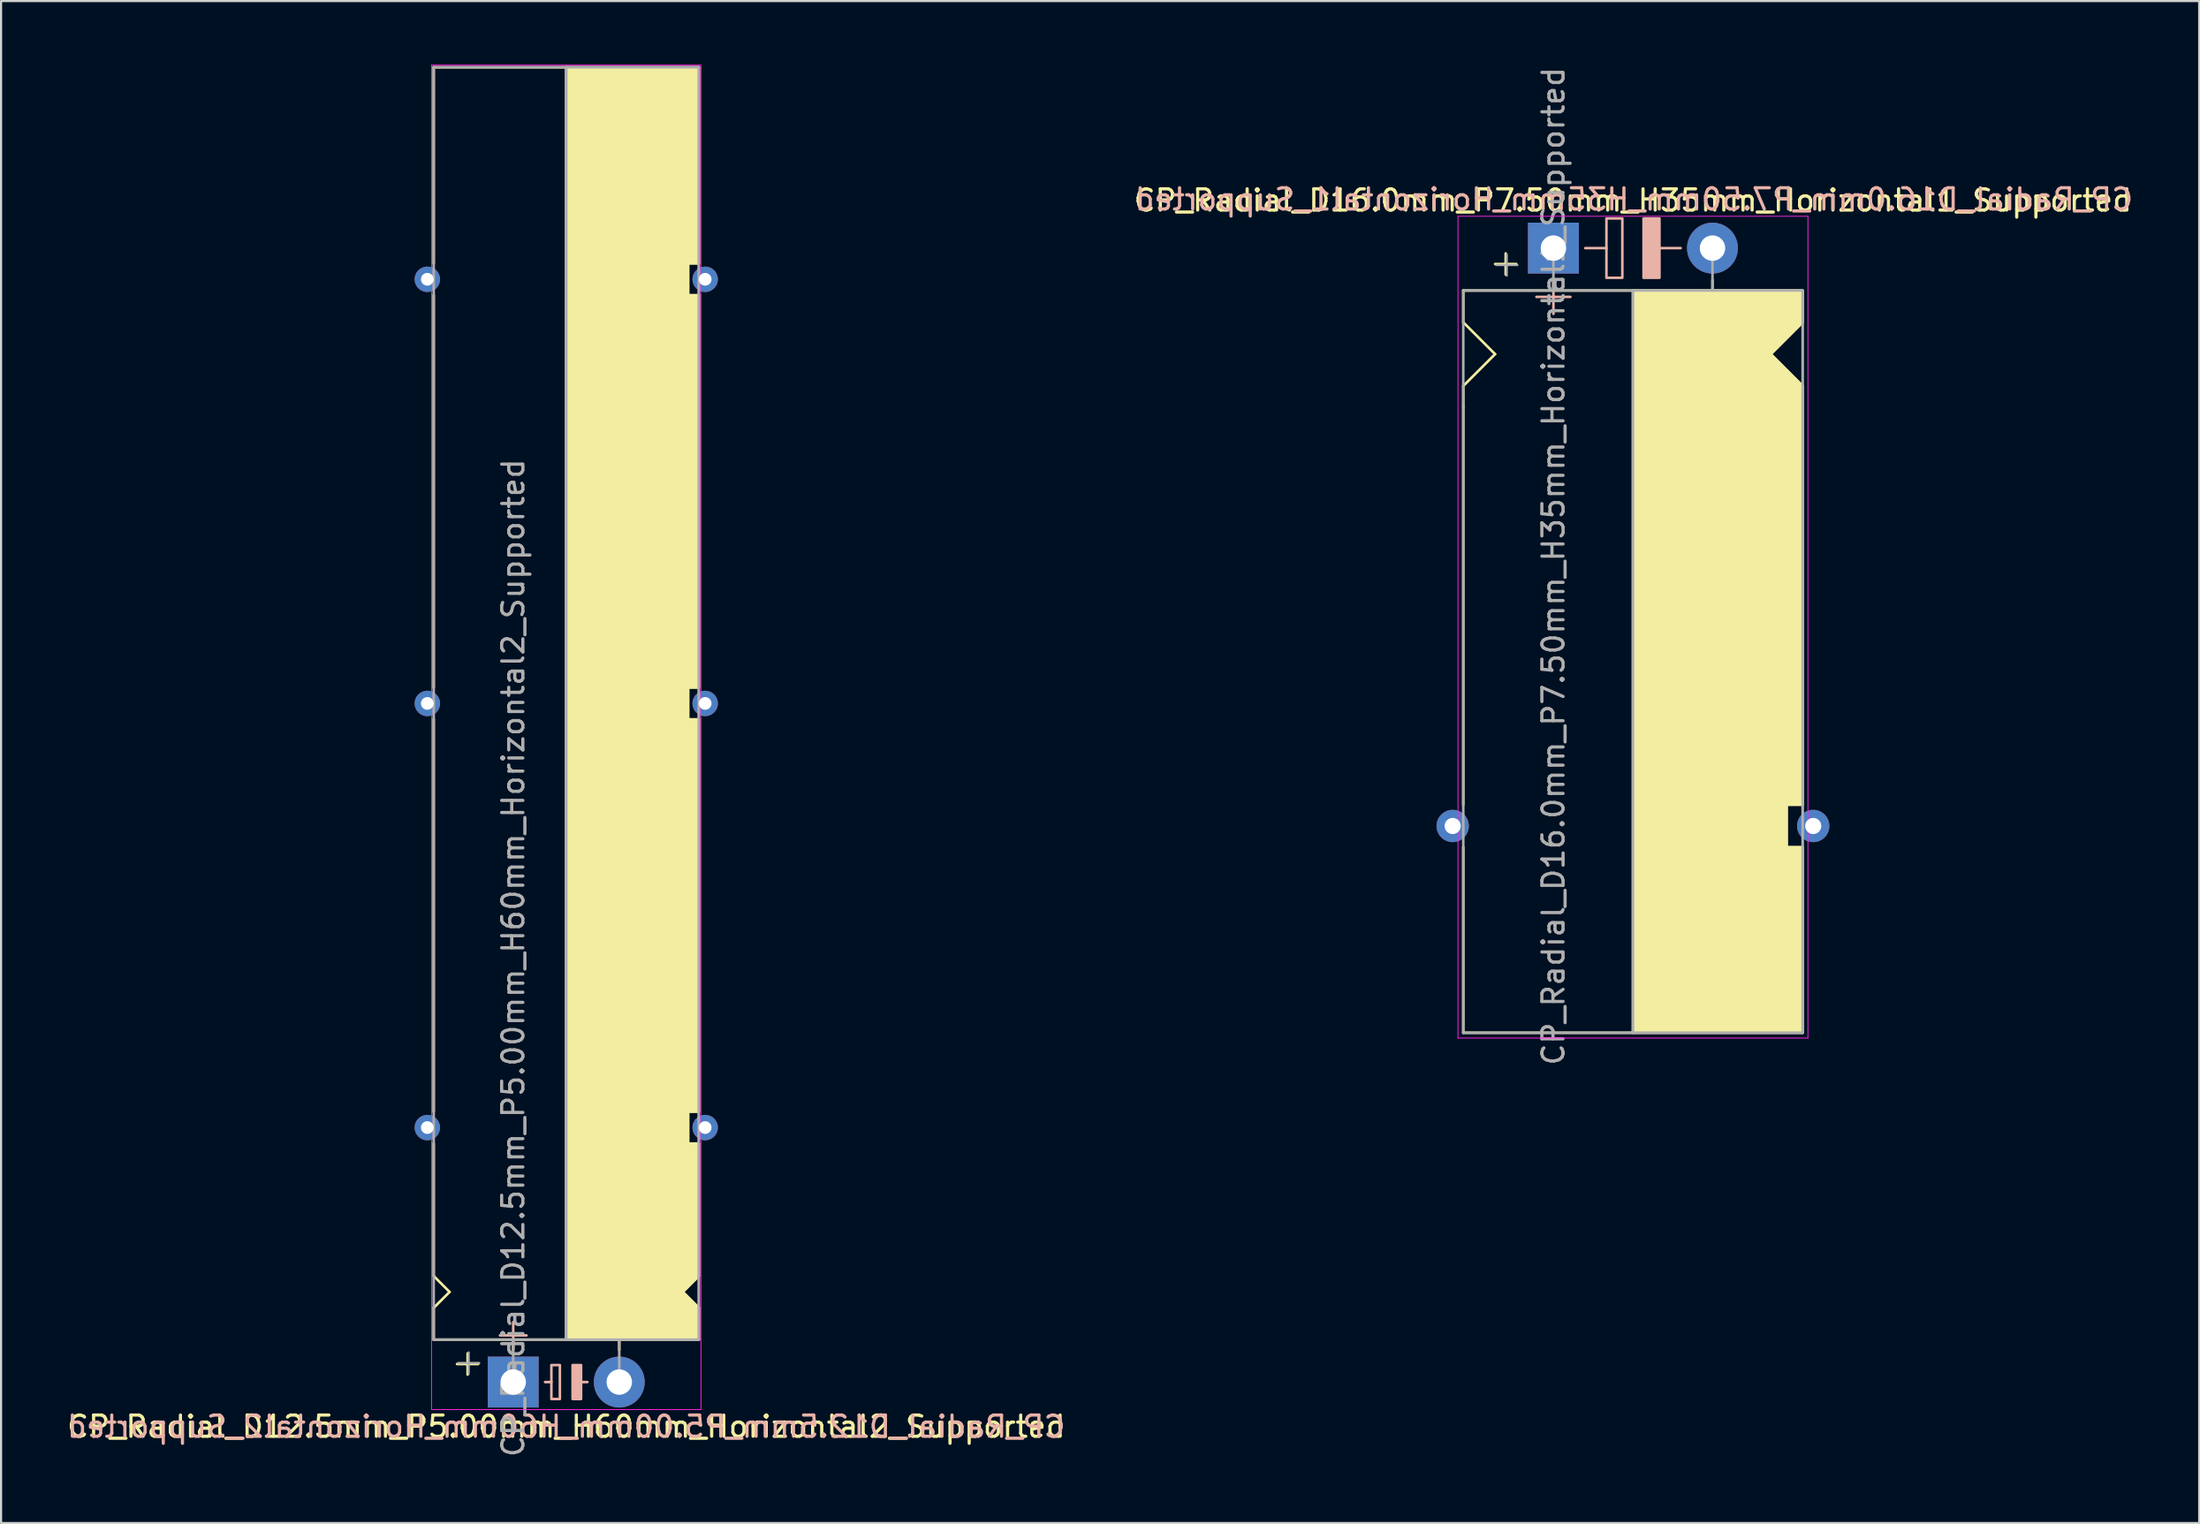
<source format=kicad_pcb>
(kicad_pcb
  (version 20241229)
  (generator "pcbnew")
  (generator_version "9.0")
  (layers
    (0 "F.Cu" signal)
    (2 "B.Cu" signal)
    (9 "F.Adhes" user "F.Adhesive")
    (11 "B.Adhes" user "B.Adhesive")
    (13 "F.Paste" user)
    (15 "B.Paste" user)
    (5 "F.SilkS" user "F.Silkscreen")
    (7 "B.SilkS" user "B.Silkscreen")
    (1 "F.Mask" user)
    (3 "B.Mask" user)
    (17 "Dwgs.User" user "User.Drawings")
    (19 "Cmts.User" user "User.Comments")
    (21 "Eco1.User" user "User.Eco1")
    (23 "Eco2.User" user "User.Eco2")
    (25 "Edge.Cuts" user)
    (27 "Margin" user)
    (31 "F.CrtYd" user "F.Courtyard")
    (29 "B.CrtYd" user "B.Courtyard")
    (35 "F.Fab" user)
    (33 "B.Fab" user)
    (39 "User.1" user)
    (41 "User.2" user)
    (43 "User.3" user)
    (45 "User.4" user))
  (footprint "CP_Radial_D12.5mm_P5.00mm_H60mm_Horizontal2_Supported"
    (layer "F.Cu")
    (at 21.149 62.12)
    (property "Reference" "CP_Radial_D12.5mm_P5.00mm_H60mm_Horizontal2_Supported" (at 2.5 2.1 180) (layer "F.SilkS") (effects (font (size 1 1) (thickness 0.15))))
    (fp_line (start -3.75 -62) (end -3.75 -52.75) (stroke (width 0.12) (type solid)) (layer "F.SilkS"))
    (fp_line (start -3.75 -32.75) (end -3.75 -51.25) (stroke (width 0.12) (type solid)) (layer "F.SilkS"))
    (fp_line (start -3.75 -12.75) (end -3.75 -31.25) (stroke (width 0.12) (type solid)) (layer "F.SilkS"))
    (fp_line (start -3.75 -5) (end -3.75 -11.25) (stroke (width 0.12) (type solid)) (layer "F.SilkS"))
    (fp_line (start -3.75 -3.5) (end -3 -4.25) (stroke (width 0.12) (type solid)) (layer "F.SilkS"))
    (fp_line (start -3.75 -2) (end -3.75 -3.5) (stroke (width 0.12) (type solid)) (layer "F.SilkS"))
    (fp_line (start -3 -4.25) (end -3.75 -5) (stroke (width 0.12) (type solid)) (layer "F.SilkS"))
    (fp_line (start -2.15 -1.35) (end -2.15 -0.35) (stroke (width 0.12) (type solid)) (layer "F.SilkS"))
    (fp_line (start -1.65 -0.85) (end -2.65 -0.85) (stroke (width 0.12) (type solid)) (layer "F.SilkS"))
    (fp_line (start 0 -1.5) (end 0 -2) (stroke (width 0.12) (type solid)) (layer "F.SilkS"))
    (fp_line (start 2.5 -2) (end -3.75 -2) (stroke (width 0.12) (type solid)) (layer "F.SilkS"))
    (fp_line (start 2.5 -2) (end 2.5 -62) (stroke (width 0.12) (type solid)) (layer "F.SilkS"))
    (fp_line (start 2.5 -2) (end 8.75 -2) (stroke (width 0.12) (type solid)) (layer "F.SilkS"))
    (fp_line (start 5 -1.5) (end 5 -2) (stroke (width 0.12) (type solid)) (layer "F.SilkS"))
    (fp_line (start 8 -4.25) (end 8.75 -5) (stroke (width 0.12) (type solid)) (layer "F.SilkS"))
    (fp_line (start 8.25 -52.75) (end 8.25 -51.25) (stroke (width 0.12) (type solid)) (layer "F.SilkS"))
    (fp_line (start 8.25 -51.25) (end 8.75 -51.25) (stroke (width 0.12) (type solid)) (layer "F.SilkS"))
    (fp_line (start 8.25 -32.75) (end 8.25 -31.25) (stroke (width 0.12) (type solid)) (layer "F.SilkS"))
    (fp_line (start 8.25 -31.25) (end 8.75 -31.25) (stroke (width 0.12) (type solid)) (layer "F.SilkS"))
    (fp_line (start 8.25 -12.75) (end 8.25 -11.25) (stroke (width 0.12) (type solid)) (layer "F.SilkS"))
    (fp_line (start 8.25 -11.25) (end 8.75 -11.25) (stroke (width 0.12) (type solid)) (layer "F.SilkS"))
    (fp_line (start 8.75 -62) (end -3.75 -62) (stroke (width 0.12) (type solid)) (layer "F.SilkS"))
    (fp_line (start 8.75 -62) (end 8.75 -52.75) (stroke (width 0.12) (type solid)) (layer "F.SilkS"))
    (fp_line (start 8.75 -52.75) (end 8.25 -52.75) (stroke (width 0.12) (type solid)) (layer "F.SilkS"))
    (fp_line (start 8.75 -51.25) (end 8.75 -32.75) (stroke (width 0.12) (type solid)) (layer "F.SilkS"))
    (fp_line (start 8.75 -32.75) (end 8.25 -32.75) (stroke (width 0.12) (type solid)) (layer "F.SilkS"))
    (fp_line (start 8.75 -12.75) (end 8.25 -12.75) (stroke (width 0.12) (type solid)) (layer "F.SilkS"))
    (fp_line (start 8.75 -12.75) (end 8.75 -31.25) (stroke (width 0.12) (type solid)) (layer "F.SilkS"))
    (fp_line (start 8.75 -5) (end 8.75 -11.25) (stroke (width 0.12) (type solid)) (layer "F.SilkS"))
    (fp_line (start 8.75 -3.5) (end 8 -4.25) (stroke (width 0.12) (type solid)) (layer "F.SilkS"))
    (fp_line (start 8.75 -2) (end 8.75 -3.5) (stroke (width 0.12) (type solid)) (layer "F.SilkS"))
    (fp_poly (pts (xy 8.75 -3.5) (xy 8 -4.25) (xy 8.75 -5) (xy 8.75 -11.25) (xy 8.25 -11.25) (xy 8.25 -12.75) (xy 8.75 -12.75) (xy 8.75 -31.25) (xy 8.25 -31.25) (xy 8.25 -32.75) (xy 8.75 -32.75) (xy 8.75 -51.25) (xy 8.25 -51.25) (xy 8.25 -52.75) (xy 8.75 -52.75) (xy 8.75 -62) (xy 2.5 -62) (xy 2.5 -2) (xy 8.75 -2)) (stroke (width 0.1) (type solid)) (fill yes) (layer "F.SilkS"))
    (fp_line (start 0 -2.825) (end 0 -1.575) (stroke (width 0.12) (type solid)) (layer "B.SilkS"))
    (fp_line (start 0.625 -2.2) (end -0.625 -2.2) (stroke (width 0.12) (type solid)) (layer "B.SilkS"))
    (fp_line (start 1.8 0) (end 1.5 0) (stroke (width 0.12) (type solid)) (layer "B.SilkS"))
    (fp_line (start 3.5 0) (end 3.2 0) (stroke (width 0.12) (type solid)) (layer "B.SilkS"))
    (fp_rect (start 2.2 -0.8) (end 1.8 0.8) (stroke (width 0.12) (type solid)) (fill no) (layer "B.SilkS"))
    (fp_rect (start 3.2 -0.8) (end 2.8 0.8) (stroke (width 0.12) (type solid)) (fill yes) (layer "B.SilkS"))
    (fp_line (start -3.85 -62.1) (end -3.85 1.3) (stroke (width 0.04) (type solid)) (layer "F.CrtYd"))
    (fp_line (start 8.85 -62.1) (end -3.85 -62.1) (stroke (width 0.04) (type solid)) (layer "F.CrtYd"))
    (fp_line (start 8.85 1.3) (end -3.85 1.3) (stroke (width 0.04) (type solid)) (layer "F.CrtYd"))
    (fp_line (start 8.85 1.3) (end 8.85 -62.1) (stroke (width 0.04) (type solid)) (layer "F.CrtYd"))
    (fp_line (start -3.75 -62) (end 8.75 -62) (stroke (width 0.12) (type solid)) (layer "F.Fab"))
    (fp_line (start -3.75 -2) (end -3.75 -62) (stroke (width 0.12) (type solid)) (layer "F.Fab"))
    (fp_line (start -2.6 -0.9) (end -1.6 -0.9) (stroke (width 0.1) (type solid)) (layer "F.Fab"))
    (fp_line (start -2.1 -0.4) (end -2.1 -1.4) (stroke (width 0.1) (type solid)) (layer "F.Fab"))
    (fp_line (start 0 -2) (end -3.75 -2) (stroke (width 0.12) (type solid)) (layer "F.Fab"))
    (fp_line (start 0 0) (end 0 -2) (stroke (width 0.12) (type solid)) (layer "F.Fab"))
    (fp_line (start 2.5 -2) (end 2.5 -62) (stroke (width 0.12) (type solid)) (layer "F.Fab"))
    (fp_line (start 5 -2) (end 5 0) (stroke (width 0.12) (type solid)) (layer "F.Fab"))
    (fp_line (start 8.75 -62) (end 8.75 -2) (stroke (width 0.12) (type solid)) (layer "F.Fab"))
    (fp_line (start 8.75 -2) (end 0 -2) (stroke (width 0.12) (type solid)) (layer "F.Fab"))
    (fp_poly (pts (xy 8.75 -62) (xy 2.5 -62) (xy 2.5 -2) (xy 8.75 -2)) (stroke (width 0.1) (type solid)) (fill no) (layer "F.Fab"))
    (fp_text user "${REFERENCE}" (at 2.5 2.1 0) (layer "B.SilkS") (effects (font (size 1 1) (thickness 0.15)) (justify mirror)))
    (fp_text user "${REFERENCE}" (at 0 -20 90) (layer "F.Fab") (effects (font (size 1 1) (thickness 0.15))))
    (pad "1" thru_hole rect (at 0 0) (size 2.4 2.4) (drill 1.2) (layers "*.Cu" "*.Mask"))
    (pad "2" thru_hole circle (at 5 0) (size 2.4 2.4) (drill 1.2) (layers "*.Cu" "*.Mask"))
    (pad "~" thru_hole circle (at -4.05 -52 180) (size 1.2 1.2) (drill 0.6) (layers "*.Cu" "*.Mask"))
    (pad "~" thru_hole circle (at -4.05 -32 180) (size 1.2 1.2) (drill 0.6) (layers "*.Cu" "*.Mask"))
    (pad "~" thru_hole circle (at -4.05 -12 180) (size 1.2 1.2) (drill 0.6) (layers "*.Cu" "*.Mask"))
    (pad "~" thru_hole circle (at 9.05 -52 180) (size 1.2 1.2) (drill 0.6) (layers "*.Cu" "*.Mask"))
    (pad "~" thru_hole circle (at 9.05 -32 180) (size 1.2 1.2) (drill 0.6) (layers "*.Cu" "*.Mask"))
    (pad "~" thru_hole circle (at 9.05 -12 180) (size 1.2 1.2) (drill 0.6) (layers "*.Cu" "*.Mask")))
  (footprint "CP_Radial_D16.0mm_P7.50mm_H35mm_Horizontal1_Supported"
    (layer "F.Cu")
    (at 70.196 8.649)
    (property "Reference" "CP_Radial_D16.0mm_P7.50mm_H35mm_Horizontal1_Supported" (at 3.75 -2.25 0) (layer "F.SilkS") (effects (font (size 1 1) (thickness 0.15))))
    (fp_line (start -4.25 2) (end -4.25 3.5) (stroke (width 0.12) (type solid)) (layer "F.SilkS"))
    (fp_line (start -4.25 3.5) (end -2.75 5) (stroke (width 0.12) (type solid)) (layer "F.SilkS"))
    (fp_line (start -4.25 6.5) (end -4.25 7.5) (stroke (width 0.12) (type solid)) (layer "F.SilkS"))
    (fp_line (start -4.25 7.5) (end -4.25 26.25) (stroke (width 0.12) (type solid)) (layer "F.SilkS"))
    (fp_line (start -4.25 28.25) (end -4.25 37) (stroke (width 0.12) (type solid)) (layer "F.SilkS"))
    (fp_line (start -2.75 5) (end -4.25 6.5) (stroke (width 0.12) (type solid)) (layer "F.SilkS"))
    (fp_line (start -2.25 0.25) (end -2.25 1.25) (stroke (width 0.12) (type solid)) (layer "F.SilkS"))
    (fp_line (start -1.75 0.75) (end -2.75 0.75) (stroke (width 0.12) (type solid)) (layer "F.SilkS"))
    (fp_line (start 0 1.5) (end 0 2) (stroke (width 0.12) (type solid)) (layer "F.SilkS"))
    (fp_line (start 3.75 2) (end -4.25 2) (stroke (width 0.12) (type solid)) (layer "F.SilkS"))
    (fp_line (start 3.75 2) (end 3.75 37) (stroke (width 0.12) (type solid)) (layer "F.SilkS"))
    (fp_line (start 3.75 2) (end 11.75 2) (stroke (width 0.12) (type solid)) (layer "F.SilkS"))
    (fp_line (start 7.5 1.5) (end 7.5 2) (stroke (width 0.12) (type solid)) (layer "F.SilkS"))
    (fp_line (start 10.25 5) (end 11.75 6.5) (stroke (width 0.12) (type solid)) (layer "F.SilkS"))
    (fp_line (start 11 26.25) (end 11.75 26.25) (stroke (width 0.12) (type solid)) (layer "F.SilkS"))
    (fp_line (start 11 28.25) (end 11 26.25) (stroke (width 0.12) (type solid)) (layer "F.SilkS"))
    (fp_line (start 11.75 2) (end 11.75 3.5) (stroke (width 0.12) (type solid)) (layer "F.SilkS"))
    (fp_line (start 11.75 3.5) (end 10.25 5) (stroke (width 0.12) (type solid)) (layer "F.SilkS"))
    (fp_line (start 11.75 26.25) (end 11.75 6.5) (stroke (width 0.12) (type solid)) (layer "F.SilkS"))
    (fp_line (start 11.75 28.25) (end 11 28.25) (stroke (width 0.12) (type solid)) (layer "F.SilkS"))
    (fp_line (start 11.75 37) (end -4.25 37) (stroke (width 0.12) (type solid)) (layer "F.SilkS"))
    (fp_line (start 11.75 37) (end 11.75 28.25) (stroke (width 0.12) (type solid)) (layer "F.SilkS"))
    (fp_poly (pts (xy 11.75 3.5) (xy 10.25 5) (xy 11.75 6.5) (xy 11.75 26.25) (xy 11 26.25) (xy 11 28.25) (xy 11.75 28.25) (xy 11.75 37) (xy 3.75 37) (xy 3.75 2) (xy 11.75 2)) (stroke (width 0.1) (type solid)) (fill yes) (layer "F.SilkS"))
    (fp_line (start 0 1.5) (end 0 3.1) (stroke (width 0.12) (type solid)) (layer "B.SilkS"))
    (fp_line (start 0.8 2.3) (end -0.8 2.3) (stroke (width 0.12) (type solid)) (layer "B.SilkS"))
    (fp_line (start 2.5 0) (end 1.5 0) (stroke (width 0.12) (type solid)) (layer "B.SilkS"))
    (fp_line (start 6 0) (end 5 0) (stroke (width 0.12) (type solid)) (layer "B.SilkS"))
    (fp_rect (start 2.5 -1.4) (end 3.25 1.4) (stroke (width 0.12) (type solid)) (fill no) (layer "B.SilkS"))
    (fp_rect (start 4.25 -1.4) (end 5 1.4) (stroke (width 0.12) (type solid)) (fill yes) (layer "B.SilkS"))
    (fp_line (start -4.5 -1.5) (end 12 -1.5) (stroke (width 0.04) (type solid)) (layer "F.CrtYd"))
    (fp_line (start -4.5 37.25) (end -4.5 -1.5) (stroke (width 0.04) (type solid)) (layer "F.CrtYd"))
    (fp_line (start 12 -1.5) (end 12 37.25) (stroke (width 0.04) (type solid)) (layer "F.CrtYd"))
    (fp_line (start 12 37.25) (end -4.5 37.25) (stroke (width 0.04) (type solid)) (layer "F.CrtYd"))
    (fp_line (start -4.25 2) (end -4.25 37) (stroke (width 0.12) (type solid)) (layer "F.Fab"))
    (fp_line (start -4.25 37) (end 11.75 37) (stroke (width 0.12) (type solid)) (layer "F.Fab"))
    (fp_line (start -2.7 0.8) (end -1.7 0.8) (stroke (width 0.1) (type solid)) (layer "F.Fab"))
    (fp_line (start -2.2 1.3) (end -2.2 0.3) (stroke (width 0.1) (type solid)) (layer "F.Fab"))
    (fp_line (start 0 0) (end 0 2) (stroke (width 0.12) (type solid)) (layer "F.Fab"))
    (fp_line (start 0 2) (end -4.25 2) (stroke (width 0.12) (type solid)) (layer "F.Fab"))
    (fp_line (start 3.75 2) (end 3.75 37) (stroke (width 0.12) (type solid)) (layer "F.Fab"))
    (fp_line (start 7.5 0) (end 7.5 2) (stroke (width 0.12) (type solid)) (layer "F.Fab"))
    (fp_line (start 11.75 2) (end 0 2) (stroke (width 0.12) (type solid)) (layer "F.Fab"))
    (fp_line (start 11.75 37) (end 11.75 2) (stroke (width 0.12) (type solid)) (layer "F.Fab"))
    (fp_poly (pts (xy 11.75 37) (xy 3.75 37) (xy 3.75 2) (xy 11.75 2)) (stroke (width 0.1) (type solid)) (fill no) (layer "F.Fab"))
    (fp_text user "${REFERENCE}" (at 3.8 -2.3 0) (layer "B.SilkS") (effects (font (size 1 1) (thickness 0.15)) (justify mirror)))
    (fp_text user "${REFERENCE}" (at 0 15 90) (layer "F.Fab") (effects (font (size 1 1) (thickness 0.15))))
    (pad "1" thru_hole rect (at 0 0) (size 2.4 2.4) (drill 1.2) (layers "*.Cu" "*.Mask"))
    (pad "2" thru_hole circle (at 7.5 0) (size 2.4 2.4) (drill 1.2) (layers "*.Cu" "*.Mask"))
    (pad "~" thru_hole circle (at -4.75 27.25) (size 1.524 1.524) (drill 0.762) (layers "*.Cu" "*.Mask"))
    (pad "~" thru_hole circle (at 12.25 27.25) (size 1.524 1.524) (drill 0.762) (layers "*.Cu" "*.Mask")))
  (gr_rect
    (start -3 -3)
    (end 100.645 68.769)
    (stroke (width 0.1) (type default))
    (fill no)
    (layer "Edge.Cuts")))
</source>
